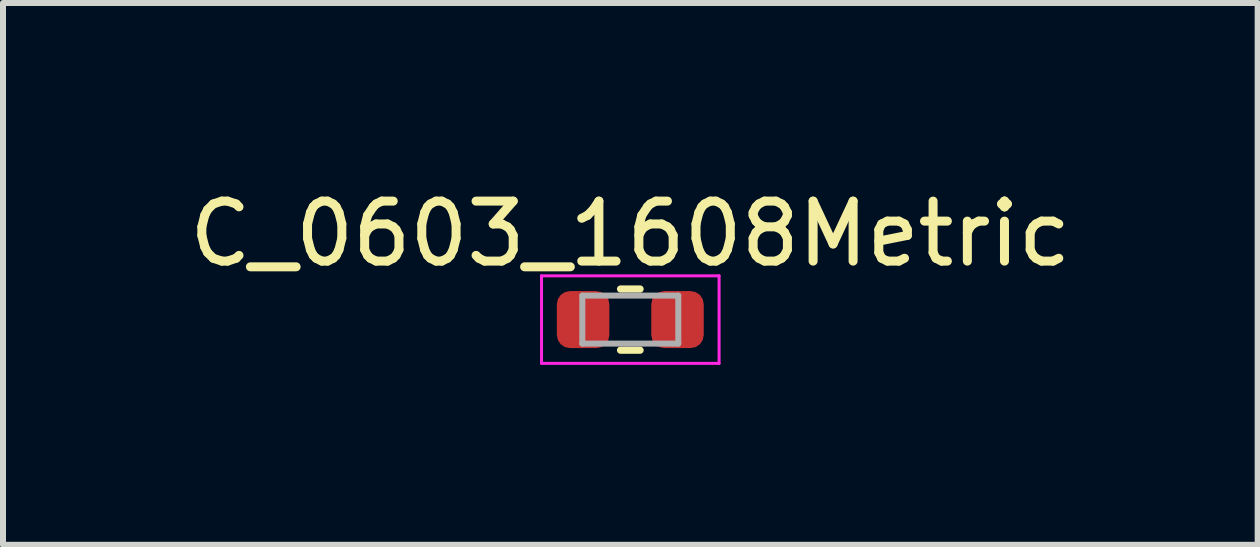
<source format=kicad_pcb>
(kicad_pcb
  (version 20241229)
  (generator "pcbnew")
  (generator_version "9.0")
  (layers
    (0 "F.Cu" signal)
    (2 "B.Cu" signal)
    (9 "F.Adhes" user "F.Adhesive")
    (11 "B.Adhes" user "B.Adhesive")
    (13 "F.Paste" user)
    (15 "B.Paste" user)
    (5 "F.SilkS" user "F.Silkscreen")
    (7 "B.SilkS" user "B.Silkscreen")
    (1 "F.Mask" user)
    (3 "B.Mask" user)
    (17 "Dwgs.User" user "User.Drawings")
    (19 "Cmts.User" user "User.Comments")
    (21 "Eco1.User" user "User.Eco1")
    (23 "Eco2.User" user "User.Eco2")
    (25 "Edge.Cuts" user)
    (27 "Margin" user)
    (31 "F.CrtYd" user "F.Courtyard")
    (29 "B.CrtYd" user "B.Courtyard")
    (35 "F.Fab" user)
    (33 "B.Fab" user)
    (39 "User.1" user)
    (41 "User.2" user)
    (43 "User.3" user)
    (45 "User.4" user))
  (footprint "C_0603_1608Metric"
    (layer "F.Cu")
    (at 7.458 2.278)
    (property "Reference" "C_0603_1608Metric" (at 0 -1.43 0) (layer "F.SilkS") (effects (font (size 1 1) (thickness 0.15))))
    (attr smd)
    (fp_line (start -0.163 -0.51) (end 0.163 -0.51) (stroke (width 0.12) (type solid)) (layer "F.SilkS"))
    (fp_line (start -0.163 0.51) (end 0.163 0.51) (stroke (width 0.12) (type solid)) (layer "F.SilkS"))
    (fp_line (start -1.48 -0.73) (end 1.48 -0.73) (stroke (width 0.05) (type solid)) (layer "F.CrtYd"))
    (fp_line (start -1.48 0.73) (end -1.48 -0.73) (stroke (width 0.05) (type solid)) (layer "F.CrtYd"))
    (fp_line (start 1.48 -0.73) (end 1.48 0.73) (stroke (width 0.05) (type solid)) (layer "F.CrtYd"))
    (fp_line (start 1.48 0.73) (end -1.48 0.73) (stroke (width 0.05) (type solid)) (layer "F.CrtYd"))
    (fp_line (start -0.8 -0.4) (end 0.8 -0.4) (stroke (width 0.1) (type solid)) (layer "F.Fab"))
    (fp_line (start -0.8 0.4) (end -0.8 -0.4) (stroke (width 0.1) (type solid)) (layer "F.Fab"))
    (fp_line (start 0.8 -0.4) (end 0.8 0.4) (stroke (width 0.1) (type solid)) (layer "F.Fab"))
    (fp_line (start 0.8 0.4) (end -0.8 0.4) (stroke (width 0.1) (type solid)) (layer "F.Fab"))
    (pad "1" smd roundrect (at -0.787 0) (size 0.875 0.95) (layers "F.Cu" "F.Mask" "F.Paste") (roundrect_rratio 0.25))
    (pad "2" smd roundrect (at 0.787 0) (size 0.875 0.95) (layers "F.Cu" "F.Mask" "F.Paste") (roundrect_rratio 0.25)))
  (gr_rect
    (start -3 -3)
    (end 17.917 6.033)
    (stroke (width 0.1) (type default))
    (fill no)
    (layer "Edge.Cuts")))
</source>
